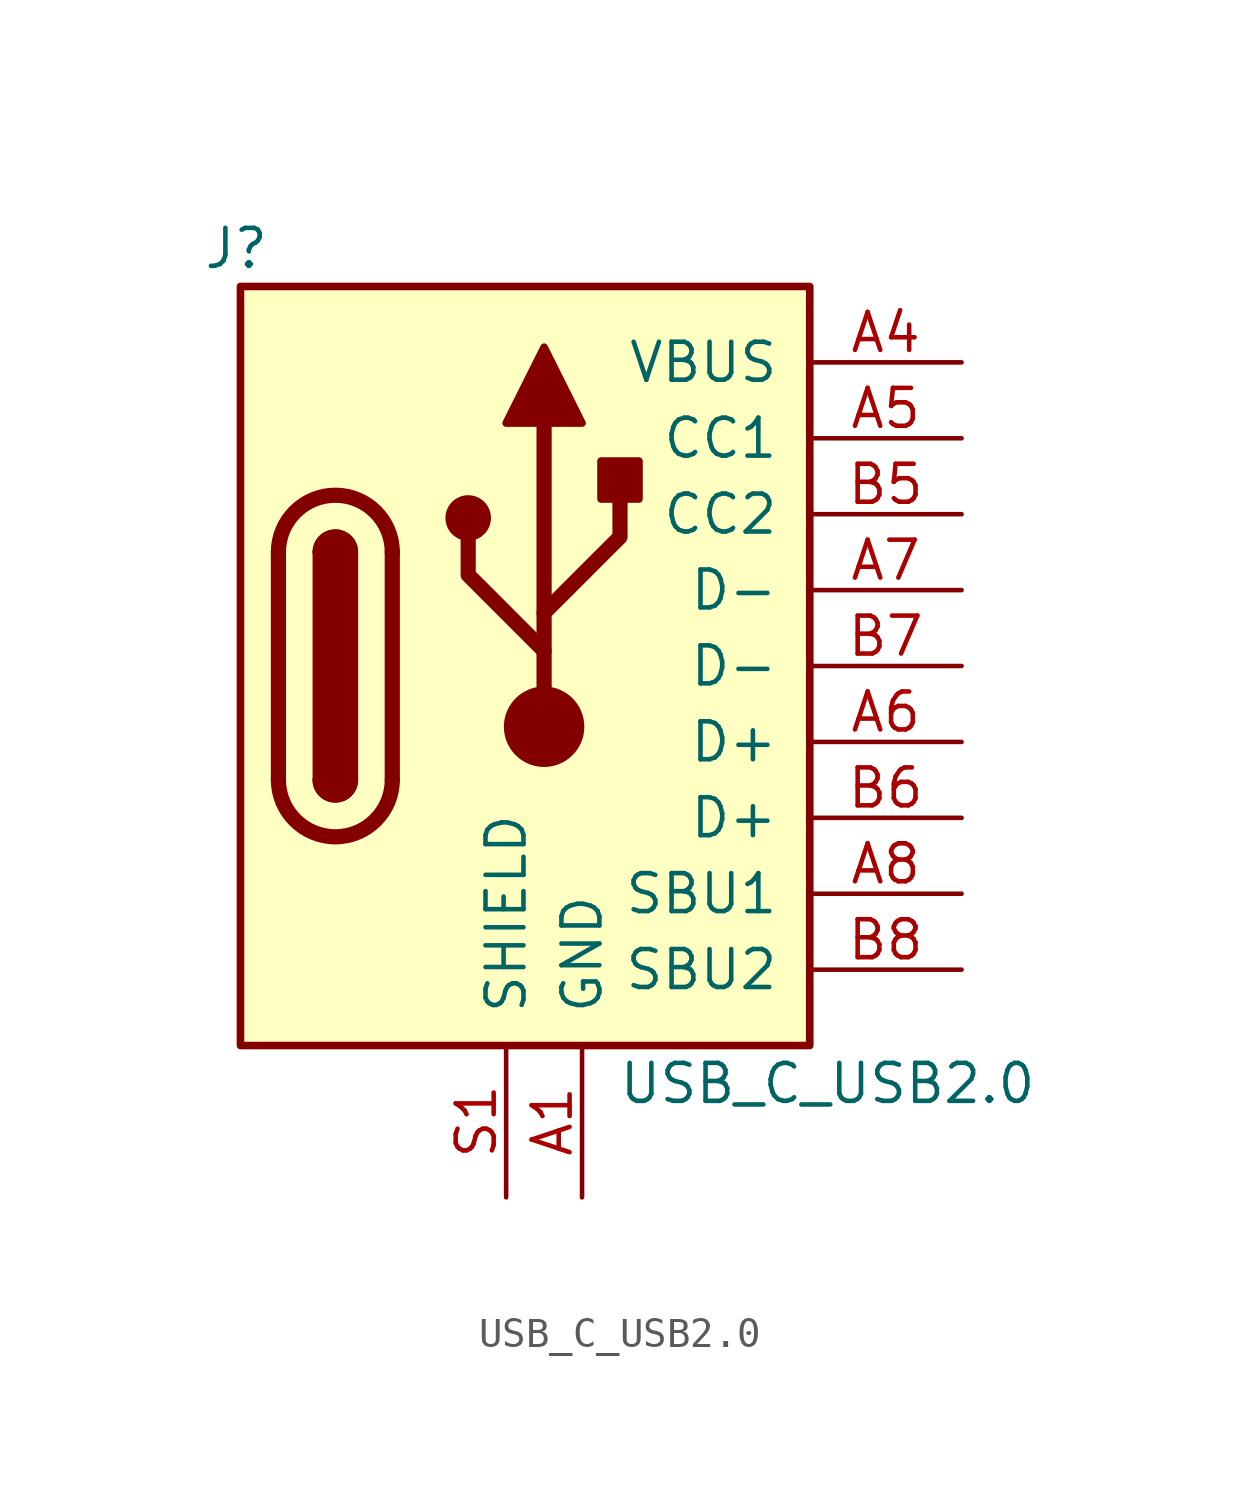
<source format=kicad_sym>
(kicad_symbol_lib
  (version 20211014)
  (generator kicad_symbol_editor)
  (symbol "USB_C_USB2.0"
    (pin_names
      (offset 1.016))
    (property "Reference" "J"
      (at -11.43 13.97 0)
      (effects (font (size 1.27 1.27)) (justify left)))
    (property "Value" "USB_C_USB2.0"
      (at 16.51 -13.97 0)
      (effects (font (size 1.27 1.27)) (justify right)))
    (symbol "USB_C_USB2.0_0_1"
      (rectangle (start -10.16 12.7) (end 8.89 -12.7) (stroke (width 0.254) (type default) (color 0 0 0 0)) (fill (type background)))
      (arc (start -8.89 -3.81) (mid -6.985 -5.715) (end -5.08 -3.81) (stroke (width 0.508) (type default) (color 0 0 0 0)) (fill (type none)))
      (arc (start -7.62 -3.81) (mid -6.985 -4.445) (end -6.35 -3.81) (stroke (width 0.254) (type default) (color 0 0 0 0)) (fill (type none)))
      (arc (start -7.62 -3.81) (mid -6.985 -4.445) (end -6.35 -3.81) (stroke (width 0.254) (type default) (color 0 0 0 0)) (fill (type outline)))
      (rectangle (start -7.62 -3.81) (end -6.35 3.81) (stroke (width 0.254) (type default) (color 0 0 0 0)) (fill (type outline)))
      (arc (start -6.35 3.81) (mid -6.985 4.445) (end -7.62 3.81) (stroke (width 0.254) (type default) (color 0 0 0 0)) (fill (type none)))
      (arc (start -6.35 3.81) (mid -6.985 4.445) (end -7.62 3.81) (stroke (width 0.254) (type default) (color 0 0 0 0)) (fill (type outline)))
      (arc (start -5.08 3.81) (mid -6.985 5.715) (end -8.89 3.81) (stroke (width 0.508) (type default) (color 0 0 0 0)) (fill (type none)))
      (circle (center -2.54 4.953) (radius 0.635) (stroke (width 0.254) (type default) (color 0 0 0 0)) (fill (type outline)))
      (circle (center 0 -2.032) (radius 1.27) (stroke (width 0) (type default) (color 0 0 0 0)) (fill (type outline)))
      (polyline (pts (xy -8.89 -3.81) (xy -8.89 3.81)) (stroke (width 0.508) (type default) (color 0 0 0 0)) (fill (type none)))
      (polyline (pts (xy -5.08 3.81) (xy -5.08 -3.81)) (stroke (width 0.508) (type default) (color 0 0 0 0)) (fill (type none)))
      (polyline (pts (xy 0 -2.032) (xy 0 8.128)) (stroke (width 0.508) (type default) (color 0 0 0 0)) (fill (type none)))
      (polyline (pts (xy 0 0.508) (xy -2.54 3.048) (xy -2.54 4.318)) (stroke (width 0.508) (type default) (color 0 0 0 0)) (fill (type none)))
      (polyline (pts (xy 0 1.778) (xy 2.54 4.318) (xy 2.54 5.588)) (stroke (width 0.508) (type default) (color 0 0 0 0)) (fill (type none)))
      (polyline (pts (xy -1.27 8.128) (xy 0 10.668) (xy 1.27 8.128) (xy -1.27 8.128)) (stroke (width 0.254) (type default) (color 0 0 0 0)) (fill (type outline)))
      (rectangle (start 1.905 5.588) (end 3.175 6.858) (stroke (width 0.254) (type default) (color 0 0 0 0)) (fill (type outline))))
    (symbol "USB_C_USB2.0_1_1"
      (pin passive line (at 1.27 -17.78 90) (length 5.08) (name "GND" (effects (font (size 1.27 1.27)))) (number "A1" (effects (font (size 1.27 1.27)))))
      (pin power_out line (at 1.27 -17.78 90) (length 5.08) hide (name "GND" (effects (font (size 1.27 1.27)))) (number "A12" (effects (font (size 1.27 1.27)))))
      (pin passive line (at 13.97 10.16 180) (length 5.08) (name "VBUS" (effects (font (size 1.27 1.27)))) (number "A4" (effects (font (size 1.27 1.27)))))
      (pin bidirectional line (at 13.97 7.62 180) (length 5.08) (name "CC1" (effects (font (size 1.27 1.27)))) (number "A5" (effects (font (size 1.27 1.27)))))
      (pin bidirectional line (at 13.97 -2.54 180) (length 5.08) (name "D+" (effects (font (size 1.27 1.27)))) (number "A6" (effects (font (size 1.27 1.27)))))
      (pin bidirectional line (at 13.97 2.54 180) (length 5.08) (name "D-" (effects (font (size 1.27 1.27)))) (number "A7" (effects (font (size 1.27 1.27)))))
      (pin bidirectional line (at 13.97 -7.62 180) (length 5.08) (name "SBU1" (effects (font (size 1.27 1.27)))) (number "A8" (effects (font (size 1.27 1.27)))))
      (pin power_out line (at 13.97 10.16 180) (length 5.08) hide (name "VBUS" (effects (font (size 1.27 1.27)))) (number "A9" (effects (font (size 1.27 1.27)))))
      (pin passive line (at 1.27 -17.78 90) (length 5.08) hide (name "GND" (effects (font (size 1.27 1.27)))) (number "B1" (effects (font (size 1.27 1.27)))))
      (pin passive line (at 1.27 -17.78 90) (length 5.08) hide (name "GND" (effects (font (size 1.27 1.27)))) (number "B12" (effects (font (size 1.27 1.27)))))
      (pin passive line (at 13.97 10.16 180) (length 5.08) hide (name "VBUS" (effects (font (size 1.27 1.27)))) (number "B4" (effects (font (size 1.27 1.27)))))
      (pin bidirectional line (at 13.97 5.08 180) (length 5.08) (name "CC2" (effects (font (size 1.27 1.27)))) (number "B5" (effects (font (size 1.27 1.27)))))
      (pin bidirectional line (at 13.97 -5.08 180) (length 5.08) (name "D+" (effects (font (size 1.27 1.27)))) (number "B6" (effects (font (size 1.27 1.27)))))
      (pin bidirectional line (at 13.97 0 180) (length 5.08) (name "D-" (effects (font (size 1.27 1.27)))) (number "B7" (effects (font (size 1.27 1.27)))))
      (pin bidirectional line (at 13.97 -10.16 180) (length 5.08) (name "SBU2" (effects (font (size 1.27 1.27)))) (number "B8" (effects (font (size 1.27 1.27)))))
      (pin passive line (at 13.97 10.16 180) (length 5.08) hide (name "VBUS" (effects (font (size 1.27 1.27)))) (number "B9" (effects (font (size 1.27 1.27)))))
      (pin passive line (at -1.27 -17.78 90) (length 5.08) (name "SHIELD" (effects (font (size 1.27 1.27)))) (number "S1" (effects (font (size 1.27 1.27))))))))
</source>
